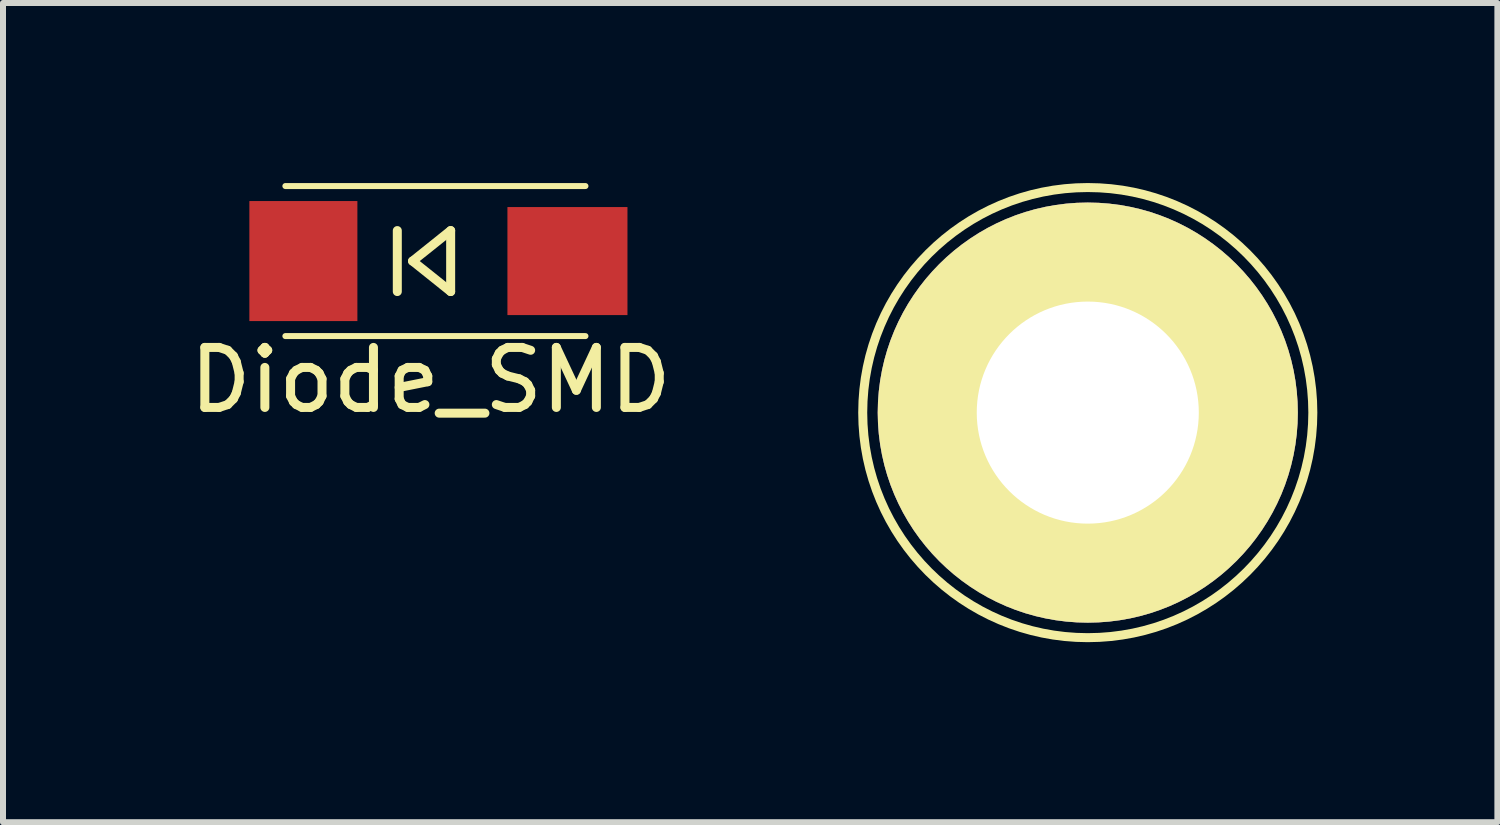
<source format=kicad_pcb>
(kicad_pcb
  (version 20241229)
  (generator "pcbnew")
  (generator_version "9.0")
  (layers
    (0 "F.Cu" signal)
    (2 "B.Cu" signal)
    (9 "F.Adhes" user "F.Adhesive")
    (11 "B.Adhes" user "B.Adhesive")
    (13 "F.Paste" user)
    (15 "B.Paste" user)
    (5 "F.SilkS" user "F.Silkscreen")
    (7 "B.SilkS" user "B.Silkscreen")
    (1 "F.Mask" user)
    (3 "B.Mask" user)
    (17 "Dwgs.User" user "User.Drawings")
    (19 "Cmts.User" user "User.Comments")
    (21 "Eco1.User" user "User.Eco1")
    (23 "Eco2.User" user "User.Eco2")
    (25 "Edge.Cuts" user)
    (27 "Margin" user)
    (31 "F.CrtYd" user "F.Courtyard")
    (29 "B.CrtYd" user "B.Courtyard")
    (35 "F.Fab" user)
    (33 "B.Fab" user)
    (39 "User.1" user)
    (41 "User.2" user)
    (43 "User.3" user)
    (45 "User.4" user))
  (footprint "SCREW"
    (layer "F.Cu")
    (at 15.075 3.825)
    (property "Reference" "SCREW" (at 0 0.5 0) (layer "F.SilkS") (effects (font (size 1 1) (thickness 0.15))))
    (attr through_hole)
    (fp_circle (center 0 0) (end 3.75 0) (stroke (width 0.15) (type solid)) (fill no) (layer "F.SilkS"))
    (pad "" thru_hole circle (at 0 0) (size 7 7) (drill 3.7) (layers "*.Cu" "*.Mask" "F.SilkS")))
  (footprint "Diode_SMD"
    (layer "F.Cu")
    (at 4.205 1.3)
    (property "Reference" "Diode_SMD" (at -0.08 1.984 0) (layer "F.SilkS") (effects (font (size 1 1) (thickness 0.15))))
    (attr through_hole)
    (fp_line (start -2.5 -1.25) (end 2.5 -1.25) (stroke (width 0.1) (type solid)) (layer "F.SilkS"))
    (fp_line (start -2.5 1.25) (end 2.5 1.25) (stroke (width 0.1) (type solid)) (layer "F.SilkS"))
    (fp_line (start -0.635 -0.508) (end -0.635 0.508) (stroke (width 0.15) (type solid)) (layer "F.SilkS"))
    (fp_line (start -0.381 0) (end 0.254 -0.508) (stroke (width 0.15) (type solid)) (layer "F.SilkS"))
    (fp_line (start 0.254 -0.508) (end 0.254 0.508) (stroke (width 0.15) (type solid)) (layer "F.SilkS"))
    (fp_line (start 0.254 0.508) (end -0.381 0) (stroke (width 0.15) (type solid)) (layer "F.SilkS"))
    (pad "1" smd rect (at -2.2 0) (size 1.8 2) (layers "F.Cu" "F.Mask" "F.Paste"))
    (pad "2" smd rect (at 2.2 0) (size 2 1.8) (layers "F.Cu" "F.Mask" "F.Paste")))
  (gr_rect
    (start -3 -3)
    (end 21.9 10.65)
    (stroke (width 0.1) (type default))
    (fill no)
    (layer "Edge.Cuts")))
</source>
